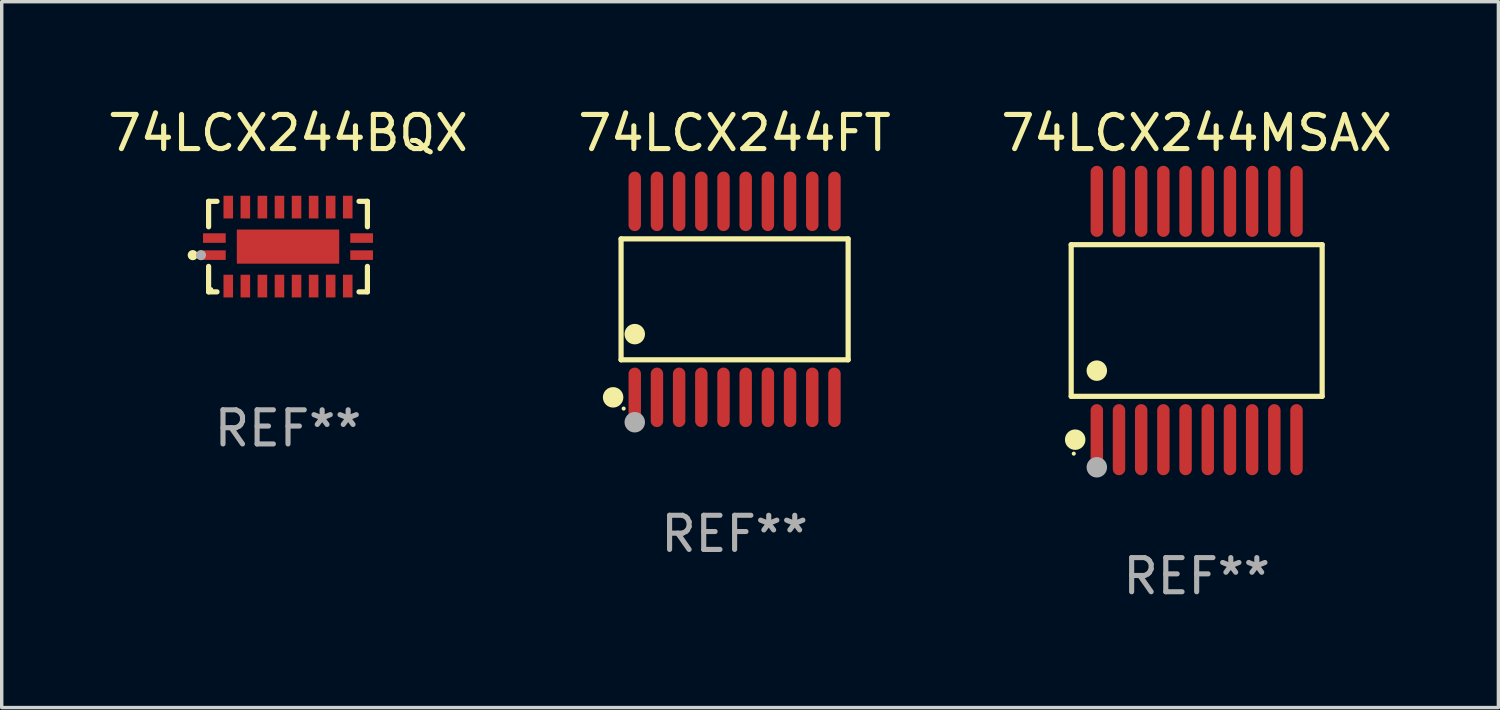
<source format=kicad_pcb>
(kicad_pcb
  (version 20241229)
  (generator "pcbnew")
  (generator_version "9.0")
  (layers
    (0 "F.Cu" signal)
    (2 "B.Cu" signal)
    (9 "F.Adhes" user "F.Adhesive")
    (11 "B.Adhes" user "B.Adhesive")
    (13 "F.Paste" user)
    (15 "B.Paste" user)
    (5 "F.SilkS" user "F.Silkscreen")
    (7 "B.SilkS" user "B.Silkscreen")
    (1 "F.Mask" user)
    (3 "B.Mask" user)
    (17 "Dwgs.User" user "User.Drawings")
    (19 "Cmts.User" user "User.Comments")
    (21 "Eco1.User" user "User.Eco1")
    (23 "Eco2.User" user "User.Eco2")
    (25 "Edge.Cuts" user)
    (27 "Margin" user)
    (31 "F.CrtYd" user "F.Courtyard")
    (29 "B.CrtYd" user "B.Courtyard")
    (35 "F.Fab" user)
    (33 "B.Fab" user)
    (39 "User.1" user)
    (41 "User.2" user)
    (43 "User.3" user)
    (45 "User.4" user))
  (footprint "74LCX244BQX"
    (layer "F.Cu")
    (at 5.387 4.174)
    (property "Reference" "74LCX244BQX" (at 0 -3.326 0) (layer "F.SilkS") (effects (font (size 1 1) (thickness 0.15))))
    (attr through_hole)
    (fp_line (start -2.326 -1.326) (end -2.08 -1.326) (stroke (width 0.152) (type solid)) (layer "F.SilkS"))
    (fp_line (start -2.326 -0.58) (end -2.326 -1.326) (stroke (width 0.152) (type solid)) (layer "F.SilkS"))
    (fp_line (start -2.326 0.58) (end -2.326 1.326) (stroke (width 0.152) (type solid)) (layer "F.SilkS"))
    (fp_line (start -2.326 1.326) (end -2.08 1.326) (stroke (width 0.152) (type solid)) (layer "F.SilkS"))
    (fp_line (start 2.326 -1.326) (end 2.08 -1.326) (stroke (width 0.152) (type solid)) (layer "F.SilkS"))
    (fp_line (start 2.326 -0.58) (end 2.326 -1.326) (stroke (width 0.152) (type solid)) (layer "F.SilkS"))
    (fp_line (start 2.326 0.58) (end 2.326 1.326) (stroke (width 0.152) (type solid)) (layer "F.SilkS"))
    (fp_line (start 2.326 1.326) (end 2.08 1.326) (stroke (width 0.152) (type solid)) (layer "F.SilkS"))
    (fp_circle (center -2.79 0.25) (end -2.715 0.25) (stroke (width 0.15) (type solid)) (fill no) (layer "F.SilkS"))
    (fp_circle (center -2.25 1.25) (end -2.22 1.25) (stroke (width 0.06) (type solid)) (fill no) (layer "F.SilkS"))
    (fp_circle (center -2.55 0.25) (end -2.475 0.25) (stroke (width 0.15) (type solid)) (fill no) (layer "F.Fab"))
    (fp_text user "REF**" (at 0 5.326 0) (layer "F.Fab") (effects (font (size 1 1) (thickness 0.15))))
    (pad "1" smd rect (at -2.157 0.25) (size 0.665 0.28) (layers "F.Cu" "F.Mask" "F.Paste"))
    (pad "2" smd rect (at -1.75 1.157) (size 0.28 0.665) (layers "F.Cu" "F.Mask" "F.Paste"))
    (pad "3" smd rect (at -1.25 1.157) (size 0.28 0.665) (layers "F.Cu" "F.Mask" "F.Paste"))
    (pad "4" smd rect (at -0.75 1.157) (size 0.28 0.665) (layers "F.Cu" "F.Mask" "F.Paste"))
    (pad "5" smd rect (at -0.25 1.157) (size 0.28 0.665) (layers "F.Cu" "F.Mask" "F.Paste"))
    (pad "6" smd rect (at 0.25 1.157) (size 0.28 0.665) (layers "F.Cu" "F.Mask" "F.Paste"))
    (pad "7" smd rect (at 0.75 1.157) (size 0.28 0.665) (layers "F.Cu" "F.Mask" "F.Paste"))
    (pad "8" smd rect (at 1.25 1.157) (size 0.28 0.665) (layers "F.Cu" "F.Mask" "F.Paste"))
    (pad "9" smd rect (at 1.75 1.157) (size 0.28 0.665) (layers "F.Cu" "F.Mask" "F.Paste"))
    (pad "10" smd rect (at 2.157 0.25) (size 0.665 0.28) (layers "F.Cu" "F.Mask" "F.Paste"))
    (pad "11" smd rect (at 2.157 -0.25) (size 0.665 0.28) (layers "F.Cu" "F.Mask" "F.Paste"))
    (pad "12" smd rect (at 1.75 -1.157) (size 0.28 0.665) (layers "F.Cu" "F.Mask" "F.Paste"))
    (pad "13" smd rect (at 1.25 -1.157) (size 0.28 0.665) (layers "F.Cu" "F.Mask" "F.Paste"))
    (pad "14" smd rect (at 0.75 -1.157) (size 0.28 0.665) (layers "F.Cu" "F.Mask" "F.Paste"))
    (pad "15" smd rect (at 0.25 -1.157) (size 0.28 0.665) (layers "F.Cu" "F.Mask" "F.Paste"))
    (pad "16" smd rect (at -0.25 -1.157) (size 0.28 0.665) (layers "F.Cu" "F.Mask" "F.Paste"))
    (pad "17" smd rect (at -0.75 -1.157) (size 0.28 0.665) (layers "F.Cu" "F.Mask" "F.Paste"))
    (pad "18" smd rect (at -1.25 -1.157) (size 0.28 0.665) (layers "F.Cu" "F.Mask" "F.Paste"))
    (pad "19" smd rect (at -1.75 -1.157) (size 0.28 0.665) (layers "F.Cu" "F.Mask" "F.Paste"))
    (pad "20" smd rect (at -2.157 -0.25) (size 0.665 0.28) (layers "F.Cu" "F.Mask" "F.Paste"))
    (pad "21" smd rect (at 0 0) (size 3 1) (layers "F.Cu" "F.Mask" "F.Paste")))
  (footprint "74LCX244FT"
    (layer "F.Cu")
    (at 18.47 5.719)
    (property "Reference" "74LCX244FT" (at 0 -4.871 0) (layer "F.SilkS") (effects (font (size 1 1) (thickness 0.15))))
    (attr through_hole)
    (fp_line (start -3.326 -1.771) (end 3.326 -1.771) (stroke (width 0.152) (type solid)) (layer "F.SilkS"))
    (fp_line (start -3.326 1.771) (end -3.326 -1.771) (stroke (width 0.152) (type solid)) (layer "F.SilkS"))
    (fp_line (start 3.326 -1.771) (end 3.326 1.771) (stroke (width 0.152) (type solid)) (layer "F.SilkS"))
    (fp_line (start 3.326 1.771) (end -3.326 1.771) (stroke (width 0.152) (type solid)) (layer "F.SilkS"))
    (fp_circle (center -3.559 2.871) (end -3.409 2.871) (stroke (width 0.3) (type solid)) (fill no) (layer "F.SilkS"))
    (fp_circle (center -3.25 3.2) (end -3.22 3.2) (stroke (width 0.06) (type solid)) (fill no) (layer "F.SilkS"))
    (fp_circle (center -2.925 1.019) (end -2.775 1.019) (stroke (width 0.3) (type solid)) (fill no) (layer "F.SilkS"))
    (fp_circle (center -2.925 3.6) (end -2.775 3.6) (stroke (width 0.3) (type solid)) (fill no) (layer "F.Fab"))
    (fp_text user "REF**" (at 0 6.871 0) (layer "F.Fab") (effects (font (size 1 1) (thickness 0.15))))
    (pad "1" smd oval (at -2.925 2.871) (size 0.364 1.742) (layers "F.Cu" "F.Mask" "F.Paste"))
    (pad "2" smd oval (at -2.275 2.871) (size 0.364 1.742) (layers "F.Cu" "F.Mask" "F.Paste"))
    (pad "3" smd oval (at -1.625 2.871) (size 0.364 1.742) (layers "F.Cu" "F.Mask" "F.Paste"))
    (pad "4" smd oval (at -0.975 2.871) (size 0.364 1.742) (layers "F.Cu" "F.Mask" "F.Paste"))
    (pad "5" smd oval (at -0.325 2.871) (size 0.364 1.742) (layers "F.Cu" "F.Mask" "F.Paste"))
    (pad "6" smd oval (at 0.325 2.871) (size 0.364 1.742) (layers "F.Cu" "F.Mask" "F.Paste"))
    (pad "7" smd oval (at 0.975 2.871) (size 0.364 1.742) (layers "F.Cu" "F.Mask" "F.Paste"))
    (pad "8" smd oval (at 1.625 2.871) (size 0.364 1.742) (layers "F.Cu" "F.Mask" "F.Paste"))
    (pad "9" smd oval (at 2.275 2.871) (size 0.364 1.742) (layers "F.Cu" "F.Mask" "F.Paste"))
    (pad "10" smd oval (at 2.925 2.871) (size 0.364 1.742) (layers "F.Cu" "F.Mask" "F.Paste"))
    (pad "11" smd oval (at 2.925 -2.871) (size 0.364 1.742) (layers "F.Cu" "F.Mask" "F.Paste"))
    (pad "12" smd oval (at 2.275 -2.871) (size 0.364 1.742) (layers "F.Cu" "F.Mask" "F.Paste"))
    (pad "13" smd oval (at 1.625 -2.871) (size 0.364 1.742) (layers "F.Cu" "F.Mask" "F.Paste"))
    (pad "14" smd oval (at 0.975 -2.871) (size 0.364 1.742) (layers "F.Cu" "F.Mask" "F.Paste"))
    (pad "15" smd oval (at 0.325 -2.871) (size 0.364 1.742) (layers "F.Cu" "F.Mask" "F.Paste"))
    (pad "16" smd oval (at -0.325 -2.871) (size 0.364 1.742) (layers "F.Cu" "F.Mask" "F.Paste"))
    (pad "17" smd oval (at -0.975 -2.871) (size 0.364 1.742) (layers "F.Cu" "F.Mask" "F.Paste"))
    (pad "18" smd oval (at -1.625 -2.871) (size 0.364 1.742) (layers "F.Cu" "F.Mask" "F.Paste"))
    (pad "19" smd oval (at -2.275 -2.871) (size 0.364 1.742) (layers "F.Cu" "F.Mask" "F.Paste"))
    (pad "20" smd oval (at -2.925 -2.871) (size 0.364 1.742) (layers "F.Cu" "F.Mask" "F.Paste")))
  (footprint "74LCX244MSAX"
    (layer "F.Cu")
    (at 32.006 6.339)
    (property "Reference" "74LCX244MSAX" (at 0 -5.491 0) (layer "F.SilkS") (effects (font (size 1 1) (thickness 0.15))))
    (attr through_hole)
    (fp_line (start -3.676 -2.221) (end 3.676 -2.221) (stroke (width 0.152) (type solid)) (layer "F.SilkS"))
    (fp_line (start -3.676 2.221) (end -3.676 -2.221) (stroke (width 0.152) (type solid)) (layer "F.SilkS"))
    (fp_line (start 3.676 -2.221) (end 3.676 2.221) (stroke (width 0.152) (type solid)) (layer "F.SilkS"))
    (fp_line (start 3.676 2.221) (end -3.676 2.221) (stroke (width 0.152) (type solid)) (layer "F.SilkS"))
    (fp_circle (center -3.6 3.9) (end -3.57 3.9) (stroke (width 0.06) (type solid)) (fill no) (layer "F.SilkS"))
    (fp_circle (center -3.559 3.491) (end -3.409 3.491) (stroke (width 0.3) (type solid)) (fill no) (layer "F.SilkS"))
    (fp_circle (center -2.925 1.469) (end -2.775 1.469) (stroke (width 0.3) (type solid)) (fill no) (layer "F.SilkS"))
    (fp_circle (center -2.925 4.3) (end -2.775 4.3) (stroke (width 0.3) (type solid)) (fill no) (layer "F.Fab"))
    (fp_text user "REF**" (at 0 7.491 0) (layer "F.Fab") (effects (font (size 1 1) (thickness 0.15))))
    (pad "1" smd oval (at -2.925 3.491) (size 0.364 2.082) (layers "F.Cu" "F.Mask" "F.Paste"))
    (pad "2" smd oval (at -2.275 3.491) (size 0.364 2.082) (layers "F.Cu" "F.Mask" "F.Paste"))
    (pad "3" smd oval (at -1.625 3.491) (size 0.364 2.082) (layers "F.Cu" "F.Mask" "F.Paste"))
    (pad "4" smd oval (at -0.975 3.491) (size 0.364 2.082) (layers "F.Cu" "F.Mask" "F.Paste"))
    (pad "5" smd oval (at -0.325 3.491) (size 0.364 2.082) (layers "F.Cu" "F.Mask" "F.Paste"))
    (pad "6" smd oval (at 0.325 3.491) (size 0.364 2.082) (layers "F.Cu" "F.Mask" "F.Paste"))
    (pad "7" smd oval (at 0.975 3.491) (size 0.364 2.082) (layers "F.Cu" "F.Mask" "F.Paste"))
    (pad "8" smd oval (at 1.625 3.491) (size 0.364 2.082) (layers "F.Cu" "F.Mask" "F.Paste"))
    (pad "9" smd oval (at 2.275 3.491) (size 0.364 2.082) (layers "F.Cu" "F.Mask" "F.Paste"))
    (pad "10" smd oval (at 2.925 3.491) (size 0.364 2.082) (layers "F.Cu" "F.Mask" "F.Paste"))
    (pad "11" smd oval (at 2.925 -3.491) (size 0.364 2.082) (layers "F.Cu" "F.Mask" "F.Paste"))
    (pad "12" smd oval (at 2.275 -3.491) (size 0.364 2.082) (layers "F.Cu" "F.Mask" "F.Paste"))
    (pad "13" smd oval (at 1.625 -3.491) (size 0.364 2.082) (layers "F.Cu" "F.Mask" "F.Paste"))
    (pad "14" smd oval (at 0.975 -3.491) (size 0.364 2.082) (layers "F.Cu" "F.Mask" "F.Paste"))
    (pad "15" smd oval (at 0.325 -3.491) (size 0.364 2.082) (layers "F.Cu" "F.Mask" "F.Paste"))
    (pad "16" smd oval (at -0.325 -3.491) (size 0.364 2.082) (layers "F.Cu" "F.Mask" "F.Paste"))
    (pad "17" smd oval (at -0.975 -3.491) (size 0.364 2.082) (layers "F.Cu" "F.Mask" "F.Paste"))
    (pad "18" smd oval (at -1.625 -3.491) (size 0.364 2.082) (layers "F.Cu" "F.Mask" "F.Paste"))
    (pad "19" smd oval (at -2.275 -3.491) (size 0.364 2.082) (layers "F.Cu" "F.Mask" "F.Paste"))
    (pad "20" smd oval (at -2.925 -3.491) (size 0.364 2.082) (layers "F.Cu" "F.Mask" "F.Paste")))
  (gr_rect
    (start -3 -3)
    (end 40.845 17.678)
    (stroke (width 0.1) (type default))
    (fill no)
    (layer "Edge.Cuts")))
</source>
